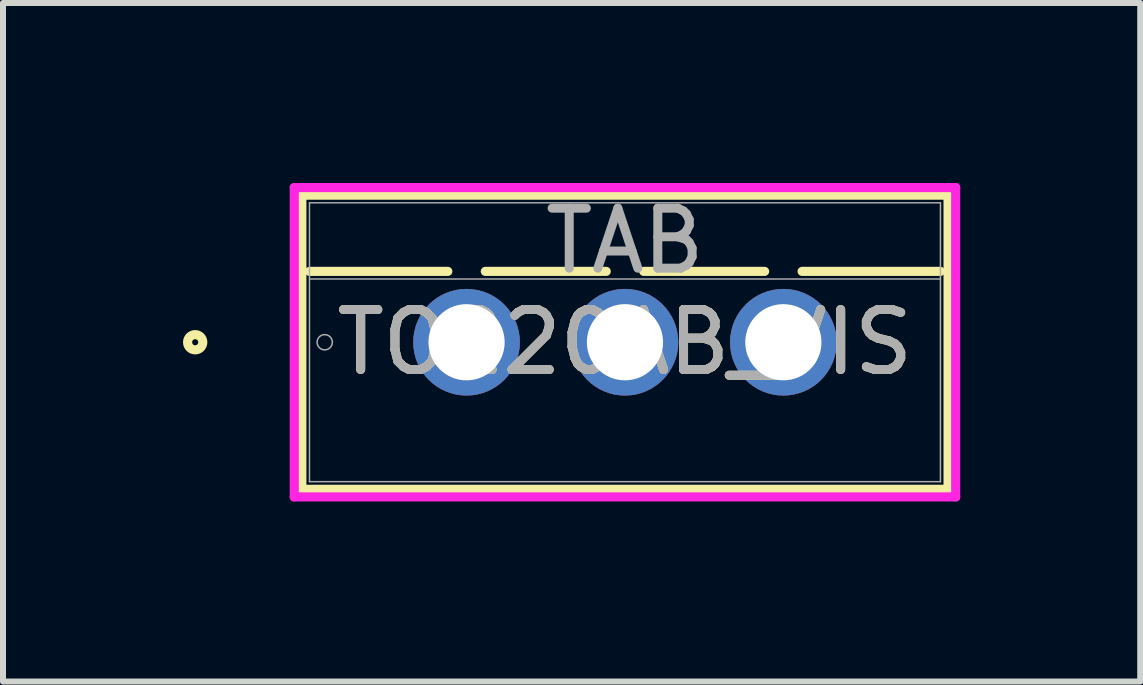
<source format=kicad_pcb>
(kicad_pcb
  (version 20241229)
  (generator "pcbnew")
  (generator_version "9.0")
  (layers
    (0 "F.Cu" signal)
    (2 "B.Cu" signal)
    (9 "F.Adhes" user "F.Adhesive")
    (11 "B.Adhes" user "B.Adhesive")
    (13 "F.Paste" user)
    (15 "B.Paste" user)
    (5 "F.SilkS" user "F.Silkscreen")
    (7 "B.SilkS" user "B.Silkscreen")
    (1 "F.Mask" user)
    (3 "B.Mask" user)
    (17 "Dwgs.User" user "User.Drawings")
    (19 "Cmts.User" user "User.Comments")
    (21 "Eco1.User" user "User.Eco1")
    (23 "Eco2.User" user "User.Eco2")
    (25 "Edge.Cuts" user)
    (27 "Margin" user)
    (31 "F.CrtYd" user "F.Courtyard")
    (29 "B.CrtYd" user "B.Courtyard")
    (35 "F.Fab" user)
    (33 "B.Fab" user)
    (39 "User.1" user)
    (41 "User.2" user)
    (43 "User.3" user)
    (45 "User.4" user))
  (footprint "TO220AB_VIS"
    (layer "F.Cu")
    (at 4.726 2.654)
    (property "Reference" "TO220AB_VIS" (at 2.64 0 0) (unlocked yes) (layer "F.SilkS") (effects (font (size 1 1) (thickness 0.15))))
    (attr through_hole)
    (fp_line (start -2.745 -2.451) (end -2.745 2.451) (stroke (width 0.152) (type solid)) (layer "F.SilkS"))
    (fp_line (start -2.745 2.451) (end 8.025 2.451) (stroke (width 0.152) (type solid)) (layer "F.SilkS"))
    (fp_line (start -2.618 -1.181) (end -0.312 -1.181) (stroke (width 0.152) (type solid)) (layer "F.SilkS"))
    (fp_line (start 0.312 -1.181) (end 2.328 -1.181) (stroke (width 0.152) (type solid)) (layer "F.SilkS"))
    (fp_line (start 2.952 -1.181) (end 4.968 -1.181) (stroke (width 0.152) (type solid)) (layer "F.SilkS"))
    (fp_line (start 5.592 -1.181) (end 7.898 -1.181) (stroke (width 0.152) (type solid)) (layer "F.SilkS"))
    (fp_line (start 8.025 -2.451) (end -2.745 -2.451) (stroke (width 0.152) (type solid)) (layer "F.SilkS"))
    (fp_line (start 8.025 2.451) (end 8.025 -2.451) (stroke (width 0.152) (type solid)) (layer "F.SilkS"))
    (fp_circle (center -4.523 0) (end -4.396 0) (stroke (width 0.152) (type solid)) (fill no) (layer "F.SilkS"))
    (fp_line (start -2.872 -2.578) (end -2.872 2.578) (stroke (width 0.152) (type solid)) (layer "F.CrtYd"))
    (fp_line (start -2.872 2.578) (end 8.152 2.578) (stroke (width 0.152) (type solid)) (layer "F.CrtYd"))
    (fp_line (start 8.152 -2.578) (end -2.872 -2.578) (stroke (width 0.152) (type solid)) (layer "F.CrtYd"))
    (fp_line (start 8.152 2.578) (end 8.152 -2.578) (stroke (width 0.152) (type solid)) (layer "F.CrtYd"))
    (fp_line (start -2.618 -2.324) (end -2.618 2.324) (stroke (width 0.025) (type solid)) (layer "F.Fab"))
    (fp_line (start -2.618 -1.054) (end 7.898 -1.054) (stroke (width 0.025) (type solid)) (layer "F.Fab"))
    (fp_line (start -2.618 2.324) (end 7.898 2.324) (stroke (width 0.025) (type solid)) (layer "F.Fab"))
    (fp_line (start 7.898 -2.324) (end -2.618 -2.324) (stroke (width 0.025) (type solid)) (layer "F.Fab"))
    (fp_line (start 7.898 2.324) (end 7.898 -2.324) (stroke (width 0.025) (type solid)) (layer "F.Fab"))
    (fp_circle (center -2.364 0) (end -2.237 0) (stroke (width 0.025) (type solid)) (fill no) (layer "F.Fab"))
    (fp_text user "TAB" (at 2.64 -1.689 0) (unlocked yes) (layer "F.Fab") (effects (font (size 1 1) (thickness 0.15))))
    (fp_text user "${REFERENCE}" (at 2.64 0 0) (unlocked yes) (layer "F.Fab") (effects (font (size 1 1) (thickness 0.15))))
    (pad "1" thru_hole circle (at 0 0) (size 1.778 1.778) (drill 1.27) (layers "*.Cu" "*.Mask"))
    (pad "2" thru_hole circle (at 2.64 0) (size 1.778 1.778) (drill 1.27) (layers "*.Cu" "*.Mask"))
    (pad "3" thru_hole circle (at 5.28 0) (size 1.778 1.778) (drill 1.27) (layers "*.Cu" "*.Mask")))
  (gr_rect
    (start -3 -3)
    (end 15.954 8.309)
    (stroke (width 0.1) (type default))
    (fill no)
    (layer "Edge.Cuts")))
</source>
